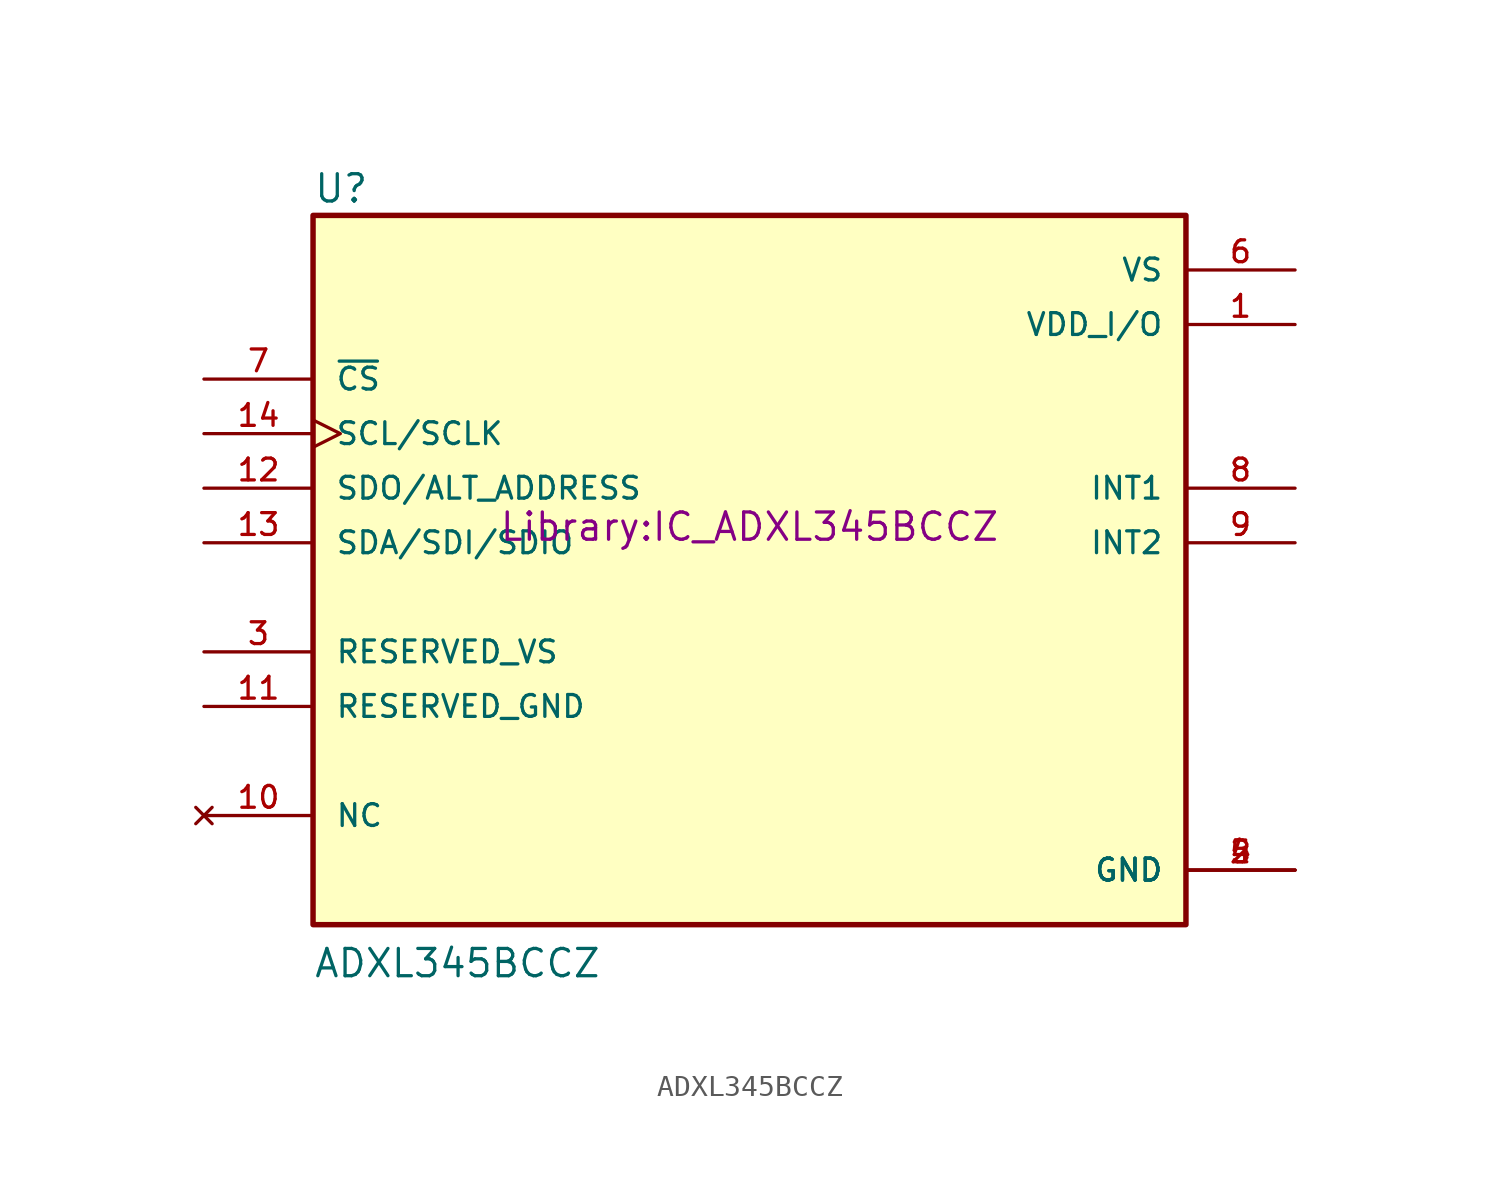
<source format=kicad_sym>
(kicad_symbol_lib
  (version 20220914)
  (generator kicad_symbol_editor)
  (symbol "ADXL345BCCZ"
    (pin_names
      (offset 1.016))
    (property "Reference" "U"
      (at -20.32 15.748 0)
      (effects (font (size 1.27 1.27)) (justify left bottom)))
    (property "Value" "ADXL345BCCZ"
      (at -20.32 -20.32 0)
      (effects (font (size 1.27 1.27)) (justify left bottom)))
    (property "Footprint" "Library:IC_ADXL345BCCZ"
      (at 0 0 0)
      (effects (font (size 1.27 1.27)) (justify bottom)))
    (symbol "ADXL345BCCZ_0_0"
      (rectangle (start -20.32 -17.78) (end 20.32 15.24) (stroke (width 0.254) (type default)) (fill (type background)))
      (pin power_in line (at 25.4 10.16 180) (length 5.08) (name "VDD_I/O" (effects (font (size 1.016 1.016)))) (number "1" (effects (font (size 1.016 1.016)))))
      (pin no_connect line (at -25.4 -12.7 0) (length 5.08) (name "NC" (effects (font (size 1.016 1.016)))) (number "10" (effects (font (size 1.016 1.016)))))
      (pin passive line (at -25.4 -7.62 0) (length 5.08) (name "RESERVED_GND" (effects (font (size 1.016 1.016)))) (number "11" (effects (font (size 1.016 1.016)))))
      (pin bidirectional line (at -25.4 2.54 0) (length 5.08) (name "SDO/ALT_ADDRESS" (effects (font (size 1.016 1.016)))) (number "12" (effects (font (size 1.016 1.016)))))
      (pin bidirectional line (at -25.4 0 0) (length 5.08) (name "SDA/SDI/SDIO" (effects (font (size 1.016 1.016)))) (number "13" (effects (font (size 1.016 1.016)))))
      (pin input clock (at -25.4 5.08 0) (length 5.08) (name "SCL/SCLK" (effects (font (size 1.016 1.016)))) (number "14" (effects (font (size 1.016 1.016)))))
      (pin power_in line (at 25.4 -15.24 180) (length 5.08) (name "GND" (effects (font (size 1.016 1.016)))) (number "2" (effects (font (size 1.016 1.016)))))
      (pin passive line (at -25.4 -5.08 0) (length 5.08) (name "RESERVED_VS" (effects (font (size 1.016 1.016)))) (number "3" (effects (font (size 1.016 1.016)))))
      (pin power_in line (at 25.4 -15.24 180) (length 5.08) (name "GND" (effects (font (size 1.016 1.016)))) (number "4" (effects (font (size 1.016 1.016)))))
      (pin power_in line (at 25.4 -15.24 180) (length 5.08) (name "GND" (effects (font (size 1.016 1.016)))) (number "5" (effects (font (size 1.016 1.016)))))
      (pin power_in line (at 25.4 12.7 180) (length 5.08) (name "VS" (effects (font (size 1.016 1.016)))) (number "6" (effects (font (size 1.016 1.016)))))
      (pin input line (at -25.4 7.62 0) (length 5.08) (name "~{CS}" (effects (font (size 1.016 1.016)))) (number "7" (effects (font (size 1.016 1.016)))))
      (pin output line (at 25.4 2.54 180) (length 5.08) (name "INT1" (effects (font (size 1.016 1.016)))) (number "8" (effects (font (size 1.016 1.016)))))
      (pin output line (at 25.4 0 180) (length 5.08) (name "INT2" (effects (font (size 1.016 1.016)))) (number "9" (effects (font (size 1.016 1.016))))))))
</source>
